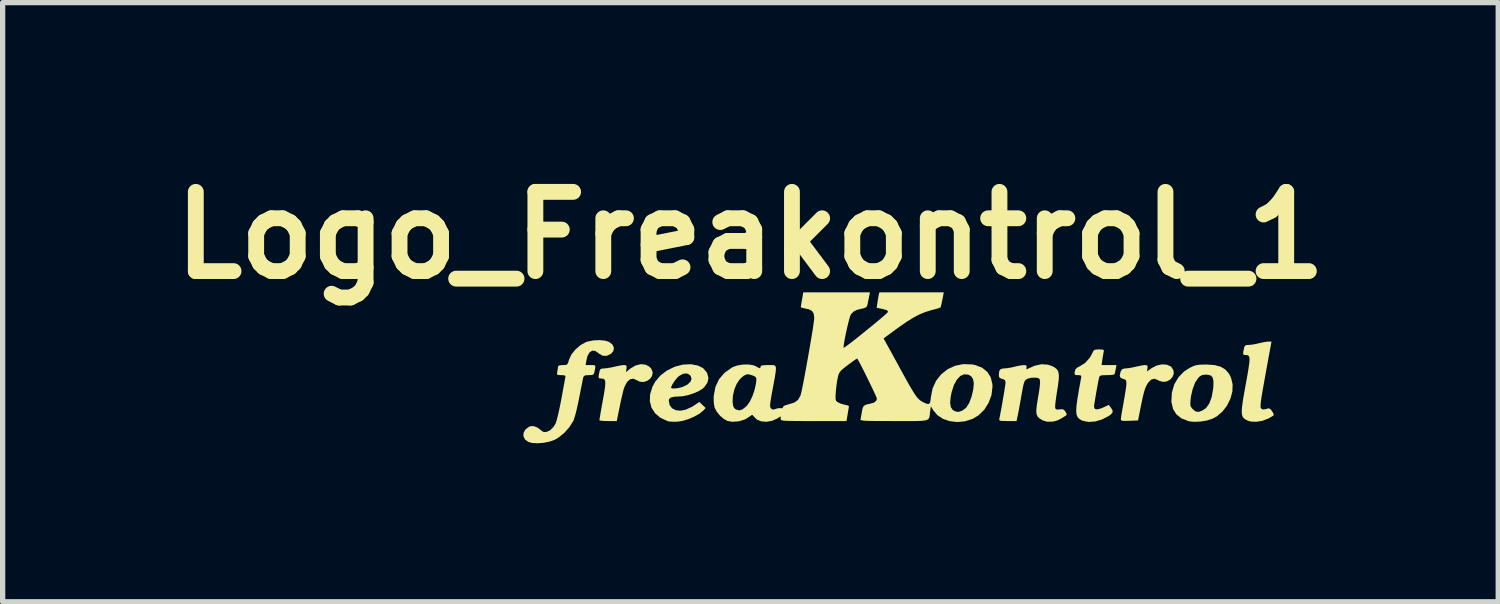
<source format=kicad_pcb>
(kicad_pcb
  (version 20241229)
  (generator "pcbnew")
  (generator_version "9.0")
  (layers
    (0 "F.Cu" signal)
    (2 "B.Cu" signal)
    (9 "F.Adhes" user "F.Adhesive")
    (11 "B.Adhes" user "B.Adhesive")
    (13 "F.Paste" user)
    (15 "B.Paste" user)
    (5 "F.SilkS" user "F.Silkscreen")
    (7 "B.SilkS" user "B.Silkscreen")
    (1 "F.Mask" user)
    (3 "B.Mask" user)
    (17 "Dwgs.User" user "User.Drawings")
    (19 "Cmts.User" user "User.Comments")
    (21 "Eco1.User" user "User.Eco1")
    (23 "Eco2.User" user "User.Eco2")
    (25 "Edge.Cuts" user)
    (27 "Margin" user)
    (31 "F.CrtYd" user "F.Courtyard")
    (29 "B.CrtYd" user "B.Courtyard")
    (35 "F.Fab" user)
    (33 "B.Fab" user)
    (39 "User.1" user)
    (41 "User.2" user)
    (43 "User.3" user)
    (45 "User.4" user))
  (footprint "Logo_Freakontrol_1"
    (layer "F.Cu")
    (at 11.157 1.404)
    (property "Reference" "Logo_Freakontrol_1" (at 0 0 0) (layer "F.SilkS") (effects (font (size 1.5 1.5) (thickness 0.3))))
    (attr board_only exclude_from_pos_files exclude_from_bom)
    (fp_poly (pts (xy -1.989 2.448) (xy -1.913 2.487) (xy -1.874 2.53) (xy -1.85 2.597) (xy -1.862 2.661) (xy -1.899 2.716) (xy -1.956 2.757) (xy -2.025 2.778) (xy -2.096 2.772) (xy -2.151 2.744) (xy -2.217 2.715) (xy -2.279 2.726) (xy -2.334 2.776) (xy -2.382 2.863) (xy -2.402 2.921) (xy -2.417 2.982) (xy -2.438 3.071) (xy -2.461 3.176) (xy -2.48 3.268) (xy -2.531 3.517) (xy -2.695 3.517) (xy -2.773 3.515) (xy -2.831 3.51) (xy -2.859 3.503) (xy -2.86 3.501) (xy -2.856 3.476) (xy -2.846 3.416) (xy -2.831 3.329) (xy -2.812 3.222) (xy -2.795 3.128) (xy -2.77 2.987) (xy -2.754 2.881) (xy -2.748 2.806) (xy -2.751 2.757) (xy -2.765 2.729) (xy -2.79 2.715) (xy -2.827 2.712) (xy -2.832 2.712) (xy -2.864 2.708) (xy -2.875 2.689) (xy -2.87 2.642) (xy -2.869 2.632) (xy -2.855 2.568) (xy -2.839 2.535) (xy -2.81 2.523) (xy -2.768 2.521) (xy -2.709 2.515) (xy -2.63 2.501) (xy -2.577 2.489) (xy -2.5 2.472) (xy -2.43 2.46) (xy -2.396 2.457) (xy -2.356 2.462) (xy -2.344 2.483) (xy -2.347 2.524) (xy -2.357 2.591) (xy -2.272 2.523) (xy -2.177 2.466) (xy -2.08 2.441)) (stroke (width 0) (type solid)) (fill yes) (layer "F.SilkS"))
    (fp_poly (pts (xy 9.751 2.631) (xy 9.719 2.811) (xy 9.694 2.953) (xy 9.675 3.063) (xy 9.664 3.145) (xy 9.658 3.203) (xy 9.657 3.242) (xy 9.66 3.266) (xy 9.668 3.28) (xy 9.669 3.28) (xy 9.701 3.299) (xy 9.747 3.293) (xy 9.764 3.288) (xy 9.81 3.276) (xy 9.84 3.288) (xy 9.873 3.327) (xy 9.899 3.372) (xy 9.908 3.403) (xy 9.907 3.406) (xy 9.883 3.424) (xy 9.834 3.453) (xy 9.794 3.474) (xy 9.689 3.513) (xy 9.577 3.531) (xy 9.475 3.527) (xy 9.416 3.51) (xy 9.374 3.489) (xy 9.342 3.466) (xy 9.319 3.437) (xy 9.305 3.397) (xy 9.301 3.34) (xy 9.305 3.263) (xy 9.318 3.16) (xy 9.34 3.027) (xy 9.37 2.858) (xy 9.383 2.787) (xy 9.412 2.627) (xy 9.432 2.503) (xy 9.445 2.411) (xy 9.449 2.347) (xy 9.444 2.305) (xy 9.431 2.281) (xy 9.409 2.27) (xy 9.378 2.267) (xy 9.371 2.267) (xy 9.338 2.263) (xy 9.327 2.244) (xy 9.332 2.198) (xy 9.334 2.187) (xy 9.347 2.123) (xy 9.363 2.09) (xy 9.392 2.078) (xy 9.434 2.076) (xy 9.494 2.071) (xy 9.572 2.057) (xy 9.625 2.044) (xy 9.702 2.027) (xy 9.772 2.015) (xy 9.805 2.013) (xy 9.864 2.013)) (stroke (width 0) (type solid)) (fill yes) (layer "F.SilkS"))
    (fp_poly (pts (xy 7.879 2.449) (xy 7.952 2.48) (xy 7.968 2.493) (xy 8.008 2.556) (xy 8.014 2.622) (xy 7.99 2.683) (xy 7.945 2.733) (xy 7.884 2.766) (xy 7.813 2.776) (xy 7.74 2.757) (xy 7.715 2.742) (xy 7.65 2.716) (xy 7.587 2.732) (xy 7.53 2.789) (xy 7.526 2.794) (xy 7.5 2.838) (xy 7.477 2.888) (xy 7.456 2.951) (xy 7.434 3.035) (xy 7.41 3.147) (xy 7.384 3.273) (xy 7.338 3.506) (xy 7.175 3.512) (xy 7.092 3.514) (xy 7.043 3.512) (xy 7.019 3.503) (xy 7.012 3.486) (xy 7.012 3.48) (xy 7.016 3.446) (xy 7.026 3.379) (xy 7.042 3.289) (xy 7.061 3.184) (xy 7.065 3.158) (xy 7.085 3.047) (xy 7.101 2.945) (xy 7.113 2.862) (xy 7.118 2.809) (xy 7.118 2.803) (xy 7.113 2.753) (xy 7.089 2.729) (xy 7.054 2.719) (xy 7.008 2.699) (xy 6.991 2.662) (xy 7.003 2.599) (xy 7.011 2.575) (xy 7.036 2.536) (xy 7.08 2.522) (xy 7.102 2.521) (xy 7.163 2.515) (xy 7.242 2.501) (xy 7.295 2.489) (xy 7.371 2.472) (xy 7.439 2.46) (xy 7.471 2.457) (xy 7.509 2.463) (xy 7.519 2.488) (xy 7.516 2.518) (xy 7.508 2.578) (xy 7.6 2.512) (xy 7.691 2.466) (xy 7.788 2.444)) (stroke (width 0) (type solid)) (fill yes) (layer "F.SilkS"))
    (fp_poly (pts (xy 8.783 2.457) (xy 8.901 2.488) (xy 8.992 2.542) (xy 9.06 2.622) (xy 9.098 2.696) (xy 9.128 2.821) (xy 9.124 2.955) (xy 9.088 3.091) (xy 9.025 3.221) (xy 8.937 3.336) (xy 8.83 3.428) (xy 8.744 3.474) (xy 8.644 3.506) (xy 8.526 3.526) (xy 8.408 3.532) (xy 8.308 3.523) (xy 8.294 3.519) (xy 8.162 3.468) (xy 8.064 3.391) (xy 8.001 3.29) (xy 7.977 3.189) (xy 8.327 3.189) (xy 8.332 3.234) (xy 8.352 3.268) (xy 8.377 3.295) (xy 8.425 3.333) (xy 8.47 3.343) (xy 8.501 3.339) (xy 8.562 3.314) (xy 8.622 3.273) (xy 8.626 3.27) (xy 8.687 3.184) (xy 8.732 3.063) (xy 8.759 2.911) (xy 8.763 2.87) (xy 8.766 2.767) (xy 8.753 2.699) (xy 8.722 2.659) (xy 8.667 2.641) (xy 8.622 2.638) (xy 8.555 2.645) (xy 8.506 2.672) (xy 8.473 2.706) (xy 8.417 2.792) (xy 8.372 2.91) (xy 8.34 3.05) (xy 8.332 3.118) (xy 8.327 3.189) (xy 7.977 3.189) (xy 7.97 3.163) (xy 7.969 3.145) (xy 7.978 2.979) (xy 8.023 2.825) (xy 8.102 2.689) (xy 8.211 2.577) (xy 8.314 2.511) (xy 8.38 2.479) (xy 8.436 2.46) (xy 8.499 2.451) (xy 8.581 2.448) (xy 8.631 2.447)) (stroke (width 0) (type solid)) (fill yes) (layer "F.SilkS"))
    (fp_poly (pts (xy -1.121 2.442) (xy -0.992 2.467) (xy -0.895 2.517) (xy -0.829 2.593) (xy -0.819 2.611) (xy -0.795 2.702) (xy -0.814 2.79) (xy -0.874 2.875) (xy -0.901 2.9) (xy -0.972 2.947) (xy -1.07 2.99) (xy -1.179 3.026) (xy -1.282 3.047) (xy -1.334 3.051) (xy -1.439 3.056) (xy -1.507 3.072) (xy -1.541 3.101) (xy -1.546 3.126) (xy -1.53 3.214) (xy -1.484 3.276) (xy -1.413 3.312) (xy -1.325 3.321) (xy -1.223 3.301) (xy -1.114 3.251) (xy -1.077 3.229) (xy -0.968 3.155) (xy -0.908 3.213) (xy -0.847 3.27) (xy -0.895 3.321) (xy -0.967 3.379) (xy -1.068 3.435) (xy -1.182 3.483) (xy -1.296 3.516) (xy -1.38 3.529) (xy -1.461 3.53) (xy -1.531 3.526) (xy -1.568 3.519) (xy -1.703 3.456) (xy -1.805 3.37) (xy -1.873 3.264) (xy -1.905 3.142) (xy -1.899 3.009) (xy -1.861 2.886) (xy -1.504 2.886) (xy -1.486 2.899) (xy -1.439 2.901) (xy -1.376 2.894) (xy -1.31 2.879) (xy -1.286 2.872) (xy -1.195 2.828) (xy -1.138 2.776) (xy -1.115 2.72) (xy -1.131 2.665) (xy -1.147 2.645) (xy -1.205 2.615) (xy -1.277 2.623) (xy -1.356 2.667) (xy -1.393 2.704) (xy -1.436 2.759) (xy -1.475 2.818) (xy -1.499 2.868) (xy -1.504 2.886) (xy -1.861 2.886) (xy -1.855 2.869) (xy -1.802 2.77) (xy -1.706 2.656) (xy -1.581 2.561) (xy -1.436 2.49) (xy -1.282 2.449) (xy -1.129 2.441)) (stroke (width 0) (type solid)) (fill yes) (layer "F.SilkS"))
    (fp_poly (pts (xy 6.66 2.163) (xy 6.687 2.171) (xy 6.691 2.192) (xy 6.687 2.208) (xy 6.678 2.258) (xy 6.666 2.328) (xy 6.662 2.357) (xy 6.647 2.457) (xy 6.788 2.457) (xy 6.929 2.457) (xy 6.915 2.537) (xy 6.903 2.592) (xy 6.893 2.629) (xy 6.891 2.632) (xy 6.867 2.64) (xy 6.813 2.646) (xy 6.746 2.648) (xy 6.672 2.649) (xy 6.63 2.656) (xy 6.609 2.671) (xy 6.6 2.696) (xy 6.586 2.762) (xy 6.57 2.849) (xy 6.552 2.946) (xy 6.535 3.045) (xy 6.52 3.134) (xy 6.509 3.203) (xy 6.504 3.244) (xy 6.504 3.247) (xy 6.519 3.287) (xy 6.564 3.297) (xy 6.637 3.278) (xy 6.676 3.261) (xy 6.783 3.211) (xy 6.823 3.263) (xy 6.855 3.315) (xy 6.856 3.354) (xy 6.823 3.392) (xy 6.781 3.422) (xy 6.657 3.487) (xy 6.527 3.525) (xy 6.401 3.534) (xy 6.291 3.512) (xy 6.278 3.507) (xy 6.229 3.48) (xy 6.195 3.445) (xy 6.174 3.397) (xy 6.167 3.328) (xy 6.172 3.234) (xy 6.188 3.109) (xy 6.208 2.991) (xy 6.225 2.889) (xy 6.242 2.799) (xy 6.254 2.73) (xy 6.261 2.696) (xy 6.263 2.663) (xy 6.242 2.65) (xy 6.2 2.648) (xy 6.153 2.645) (xy 6.136 2.627) (xy 6.139 2.583) (xy 6.139 2.583) (xy 6.154 2.536) (xy 6.189 2.503) (xy 6.238 2.479) (xy 6.339 2.414) (xy 6.425 2.318) (xy 6.472 2.232) (xy 6.493 2.188) (xy 6.521 2.168) (xy 6.569 2.161) (xy 6.6 2.161)) (stroke (width 0) (type solid)) (fill yes) (layer "F.SilkS"))
    (fp_poly (pts (xy -2.75 1.995) (xy -2.677 2.019) (xy -2.612 2.069) (xy -2.585 2.129) (xy -2.595 2.191) (xy -2.64 2.244) (xy -2.718 2.282) (xy -2.796 2.281) (xy -2.868 2.24) (xy -2.872 2.235) (xy -2.937 2.19) (xy -2.996 2.184) (xy -3.047 2.218) (xy -3.086 2.288) (xy -3.105 2.367) (xy -3.12 2.457) (xy -3.023 2.457) (xy -2.971 2.458) (xy -2.943 2.465) (xy -2.936 2.49) (xy -2.944 2.541) (xy -2.954 2.59) (xy -2.966 2.626) (xy -2.99 2.643) (xy -3.04 2.648) (xy -3.061 2.648) (xy -3.122 2.651) (xy -3.152 2.665) (xy -3.166 2.694) (xy -3.167 2.696) (xy -3.174 2.732) (xy -3.188 2.802) (xy -3.207 2.897) (xy -3.229 3.009) (xy -3.243 3.08) (xy -3.268 3.203) (xy -3.294 3.318) (xy -3.32 3.416) (xy -3.342 3.487) (xy -3.351 3.51) (xy -3.424 3.628) (xy -3.522 3.739) (xy -3.634 3.83) (xy -3.7 3.869) (xy -3.801 3.906) (xy -3.917 3.929) (xy -4.034 3.938) (xy -4.139 3.931) (xy -4.207 3.911) (xy -4.269 3.865) (xy -4.298 3.804) (xy -4.294 3.738) (xy -4.26 3.677) (xy -4.196 3.628) (xy -4.158 3.613) (xy -4.102 3.614) (xy -4.035 3.639) (xy -3.975 3.682) (xy -3.963 3.695) (xy -3.914 3.725) (xy -3.854 3.722) (xy -3.789 3.689) (xy -3.73 3.63) (xy -3.692 3.57) (xy -3.672 3.515) (xy -3.648 3.424) (xy -3.62 3.301) (xy -3.589 3.15) (xy -3.559 2.987) (xy -3.541 2.886) (xy -3.524 2.796) (xy -3.512 2.729) (xy -3.505 2.696) (xy -3.503 2.666) (xy -3.52 2.652) (xy -3.567 2.648) (xy -3.582 2.648) (xy -3.638 2.646) (xy -3.661 2.635) (xy -3.661 2.606) (xy -3.657 2.582) (xy -3.647 2.526) (xy -3.644 2.487) (xy -3.627 2.466) (xy -3.574 2.458) (xy -3.553 2.457) (xy -3.498 2.456) (xy -3.468 2.443) (xy -3.45 2.409) (xy -3.435 2.357) (xy -3.391 2.26) (xy -3.316 2.165) (xy -3.222 2.083) (xy -3.12 2.025) (xy -3.082 2.012) (xy -2.969 1.99) (xy -2.854 1.985)) (stroke (width 0) (type solid)) (fill yes) (layer "F.SilkS"))
    (fp_poly (pts (xy 5.629 2.449) (xy 5.702 2.473) (xy 5.762 2.504) (xy 5.803 2.539) (xy 5.829 2.584) (xy 5.839 2.648) (xy 5.836 2.735) (xy 5.821 2.853) (xy 5.806 2.947) (xy 5.789 3.055) (xy 5.776 3.151) (xy 5.769 3.225) (xy 5.769 3.268) (xy 5.77 3.274) (xy 5.79 3.297) (xy 5.832 3.3) (xy 5.855 3.296) (xy 5.908 3.292) (xy 5.942 3.311) (xy 5.963 3.339) (xy 5.986 3.381) (xy 5.982 3.404) (xy 5.971 3.414) (xy 5.885 3.468) (xy 5.82 3.501) (xy 5.762 3.52) (xy 5.705 3.529) (xy 5.613 3.529) (xy 5.535 3.505) (xy 5.53 3.502) (xy 5.474 3.469) (xy 5.437 3.433) (xy 5.416 3.386) (xy 5.411 3.322) (xy 5.419 3.232) (xy 5.439 3.109) (xy 5.442 3.089) (xy 5.46 2.983) (xy 5.474 2.886) (xy 5.482 2.81) (xy 5.483 2.764) (xy 5.483 2.764) (xy 5.474 2.724) (xy 5.452 2.704) (xy 5.402 2.696) (xy 5.387 2.695) (xy 5.314 2.698) (xy 5.249 2.715) (xy 5.239 2.719) (xy 5.215 2.734) (xy 5.196 2.754) (xy 5.181 2.787) (xy 5.166 2.84) (xy 5.15 2.921) (xy 5.13 3.033) (xy 5.11 3.147) (xy 5.09 3.257) (xy 5.073 3.349) (xy 5.06 3.412) (xy 5.059 3.416) (xy 5.038 3.517) (xy 4.87 3.517) (xy 4.787 3.516) (xy 4.738 3.513) (xy 4.715 3.504) (xy 4.71 3.488) (xy 4.713 3.469) (xy 4.726 3.404) (xy 4.743 3.315) (xy 4.762 3.211) (xy 4.781 3.101) (xy 4.799 2.994) (xy 4.814 2.9) (xy 4.825 2.827) (xy 4.83 2.785) (xy 4.83 2.782) (xy 4.819 2.743) (xy 4.78 2.722) (xy 4.766 2.719) (xy 4.721 2.703) (xy 4.704 2.669) (xy 4.703 2.647) (xy 4.709 2.575) (xy 4.733 2.537) (xy 4.781 2.522) (xy 4.806 2.521) (xy 4.871 2.515) (xy 4.954 2.5) (xy 5 2.489) (xy 5.076 2.471) (xy 5.146 2.46) (xy 5.177 2.458) (xy 5.219 2.462) (xy 5.229 2.483) (xy 5.226 2.501) (xy 5.223 2.532) (xy 5.229 2.537) (xy 5.377 2.471) (xy 5.509 2.442)) (stroke (width 0) (type solid)) (fill yes) (layer "F.SilkS"))
    (fp_poly (pts (xy 2.242 1.181) (xy 2.228 1.251) (xy 2.216 1.31) (xy 2.213 1.327) (xy 2.192 1.362) (xy 2.14 1.383) (xy 2.124 1.386) (xy 2.023 1.41) (xy 1.954 1.444) (xy 1.907 1.492) (xy 1.898 1.507) (xy 1.884 1.543) (xy 1.865 1.608) (xy 1.844 1.694) (xy 1.821 1.791) (xy 1.8 1.891) (xy 1.782 1.983) (xy 1.769 2.06) (xy 1.762 2.113) (xy 1.764 2.131) (xy 1.782 2.121) (xy 1.828 2.089) (xy 1.896 2.038) (xy 1.98 1.973) (xy 2.075 1.897) (xy 2.175 1.816) (xy 2.277 1.734) (xy 2.373 1.655) (xy 2.459 1.583) (xy 2.529 1.523) (xy 2.578 1.479) (xy 2.601 1.456) (xy 2.602 1.454) (xy 2.6 1.433) (xy 2.579 1.417) (xy 2.532 1.403) (xy 2.461 1.387) (xy 2.39 1.373) (xy 2.404 1.274) (xy 2.415 1.204) (xy 2.426 1.143) (xy 2.429 1.128) (xy 2.441 1.08) (xy 3.05 1.08) (xy 3.66 1.08) (xy 3.634 1.218) (xy 3.619 1.29) (xy 3.606 1.344) (xy 3.598 1.367) (xy 3.574 1.376) (xy 3.519 1.393) (xy 3.444 1.413) (xy 3.421 1.419) (xy 3.311 1.453) (xy 3.203 1.497) (xy 3.09 1.556) (xy 2.964 1.634) (xy 2.818 1.735) (xy 2.756 1.78) (xy 2.52 1.953) (xy 2.581 2.062) (xy 2.61 2.115) (xy 2.656 2.197) (xy 2.712 2.301) (xy 2.777 2.418) (xy 2.844 2.542) (xy 2.85 2.553) (xy 2.938 2.713) (xy 3.009 2.84) (xy 3.067 2.938) (xy 3.114 3.013) (xy 3.154 3.067) (xy 3.19 3.106) (xy 3.224 3.134) (xy 3.259 3.155) (xy 3.263 3.157) (xy 3.333 3.189) (xy 3.376 3.195) (xy 3.399 3.171) (xy 3.4 3.168) (xy 3.78 3.168) (xy 3.792 3.252) (xy 3.829 3.306) (xy 3.861 3.325) (xy 3.905 3.341) (xy 3.94 3.343) (xy 3.985 3.329) (xy 4.016 3.316) (xy 4.082 3.267) (xy 4.139 3.179) (xy 4.186 3.057) (xy 4.217 2.923) (xy 4.229 2.808) (xy 4.215 2.723) (xy 4.176 2.667) (xy 4.126 2.639) (xy 4.047 2.632) (xy 3.974 2.663) (xy 3.909 2.732) (xy 3.853 2.833) (xy 3.81 2.965) (xy 3.792 3.051) (xy 3.78 3.168) (xy 3.4 3.168) (xy 3.411 3.112) (xy 3.416 3.065) (xy 3.448 2.9) (xy 3.515 2.754) (xy 3.612 2.632) (xy 3.733 2.536) (xy 3.873 2.471) (xy 4.029 2.439) (xy 4.195 2.445) (xy 4.258 2.457) (xy 4.386 2.507) (xy 4.484 2.586) (xy 4.549 2.69) (xy 4.58 2.818) (xy 4.582 2.87) (xy 4.563 3.027) (xy 4.508 3.174) (xy 4.425 3.305) (xy 4.316 3.41) (xy 4.206 3.476) (xy 4.062 3.522) (xy 3.916 3.536) (xy 3.775 3.52) (xy 3.646 3.476) (xy 3.539 3.405) (xy 3.461 3.313) (xy 3.416 3.238) (xy 3.401 3.34) (xy 3.396 3.39) (xy 3.391 3.429) (xy 3.382 3.46) (xy 3.365 3.482) (xy 3.336 3.498) (xy 3.289 3.508) (xy 3.221 3.514) (xy 3.127 3.517) (xy 3.002 3.517) (xy 2.842 3.517) (xy 2.719 3.517) (xy 2.537 3.516) (xy 2.392 3.516) (xy 2.282 3.515) (xy 2.2 3.513) (xy 2.144 3.509) (xy 2.109 3.504) (xy 2.09 3.498) (xy 2.083 3.49) (xy 2.084 3.48) (xy 2.093 3.437) (xy 2.105 3.372) (xy 2.109 3.343) (xy 2.124 3.269) (xy 2.15 3.226) (xy 2.198 3.203) (xy 2.253 3.192) (xy 2.338 3.169) (xy 2.384 3.13) (xy 2.394 3.092) (xy 2.385 3.066) (xy 2.36 3.01) (xy 2.323 2.93) (xy 2.277 2.835) (xy 2.227 2.731) (xy 2.175 2.626) (xy 2.125 2.526) (xy 2.081 2.44) (xy 2.046 2.375) (xy 2.024 2.338) (xy 2.021 2.334) (xy 2.003 2.342) (xy 1.959 2.372) (xy 1.896 2.418) (xy 1.846 2.455) (xy 1.768 2.515) (xy 1.717 2.56) (xy 1.686 2.598) (xy 1.667 2.638) (xy 1.654 2.689) (xy 1.653 2.695) (xy 1.638 2.775) (xy 1.625 2.875) (xy 1.616 2.969) (xy 1.611 3.051) (xy 1.612 3.102) (xy 1.621 3.132) (xy 1.64 3.152) (xy 1.655 3.162) (xy 1.711 3.188) (xy 1.779 3.207) (xy 1.785 3.208) (xy 1.836 3.22) (xy 1.863 3.232) (xy 1.864 3.235) (xy 1.861 3.261) (xy 1.852 3.317) (xy 1.841 3.382) (xy 1.818 3.517) (xy 1.195 3.517) (xy 1.016 3.517) (xy 0.876 3.516) (xy 0.768 3.515) (xy 0.69 3.513) (xy 0.636 3.51) (xy 0.601 3.505) (xy 0.582 3.498) (xy 0.574 3.488) (xy 0.572 3.477) (xy 0.572 3.473) (xy 0.572 3.428) (xy 0.502 3.472) (xy 0.405 3.514) (xy 0.303 3.531) (xy 0.205 3.523) (xy 0.123 3.49) (xy 0.071 3.44) (xy 0.044 3.406) (xy 0.021 3.405) (xy 0.002 3.419) (xy -0.097 3.484) (xy -0.217 3.522) (xy -0.342 3.531) (xy -0.432 3.516) (xy -0.503 3.478) (xy -0.577 3.415) (xy -0.639 3.338) (xy -0.678 3.262) (xy -0.693 3.18) (xy -0.694 3.158) (xy -0.338 3.158) (xy -0.328 3.232) (xy -0.301 3.279) (xy -0.271 3.3) (xy -0.211 3.315) (xy -0.153 3.298) (xy -0.088 3.247) (xy -0.062 3.22) (xy -0.009 3.144) (xy 0.04 3.04) (xy 0.08 2.921) (xy 0.105 2.803) (xy 0.111 2.754) (xy 0.111 2.707) (xy 0.095 2.68) (xy 0.053 2.659) (xy 0.029 2.65) (xy -0.029 2.633) (xy -0.071 2.633) (xy -0.116 2.654) (xy -0.13 2.661) (xy -0.199 2.722) (xy -0.261 2.814) (xy -0.307 2.924) (xy -0.332 3.041) (xy -0.333 3.05) (xy -0.338 3.158) (xy -0.694 3.158) (xy -0.697 3.073) (xy -0.694 3.034) (xy -0.663 2.87) (xy -0.595 2.726) (xy -0.491 2.604) (xy -0.351 2.505) (xy -0.333 2.495) (xy -0.248 2.465) (xy -0.146 2.448) (xy -0.042 2.446) (xy 0.051 2.459) (xy 0.111 2.484) (xy 0.16 2.513) (xy 0.184 2.517) (xy 0.19 2.497) (xy 0.191 2.489) (xy 0.199 2.472) (xy 0.231 2.462) (xy 0.293 2.458) (xy 0.339 2.457) (xy 0.394 2.457) (xy 0.435 2.458) (xy 0.463 2.467) (xy 0.479 2.489) (xy 0.483 2.529) (xy 0.477 2.591) (xy 0.463 2.682) (xy 0.44 2.807) (xy 0.423 2.898) (xy 0.399 3.028) (xy 0.383 3.123) (xy 0.374 3.188) (xy 0.372 3.232) (xy 0.377 3.259) (xy 0.386 3.276) (xy 0.39 3.28) (xy 0.422 3.3) (xy 0.461 3.294) (xy 0.478 3.287) (xy 0.533 3.272) (xy 0.574 3.274) (xy 0.608 3.273) (xy 0.614 3.255) (xy 0.635 3.229) (xy 0.697 3.207) (xy 0.728 3.199) (xy 0.831 3.167) (xy 0.9 3.117) (xy 0.944 3.043) (xy 0.95 3.025) (xy 0.963 2.976) (xy 0.981 2.893) (xy 1.003 2.782) (xy 1.028 2.649) (xy 1.055 2.502) (xy 1.083 2.347) (xy 1.111 2.189) (xy 1.137 2.036) (xy 1.161 1.894) (xy 1.181 1.769) (xy 1.196 1.668) (xy 1.205 1.597) (xy 1.208 1.568) (xy 1.198 1.486) (xy 1.166 1.433) (xy 1.103 1.401) (xy 1.043 1.388) (xy 0.989 1.376) (xy 0.957 1.365) (xy 0.953 1.361) (xy 0.957 1.335) (xy 0.965 1.28) (xy 0.977 1.215) (xy 1 1.08) (xy 1.631 1.08) (xy 2.262 1.08)) (stroke (width 0) (type solid)) (fill yes) (layer "F.SilkS")))
  (gr_rect
    (start -3 -3)
    (end 25.314 8.342)
    (stroke (width 0.1) (type default))
    (fill no)
    (layer "Edge.Cuts")))
</source>
